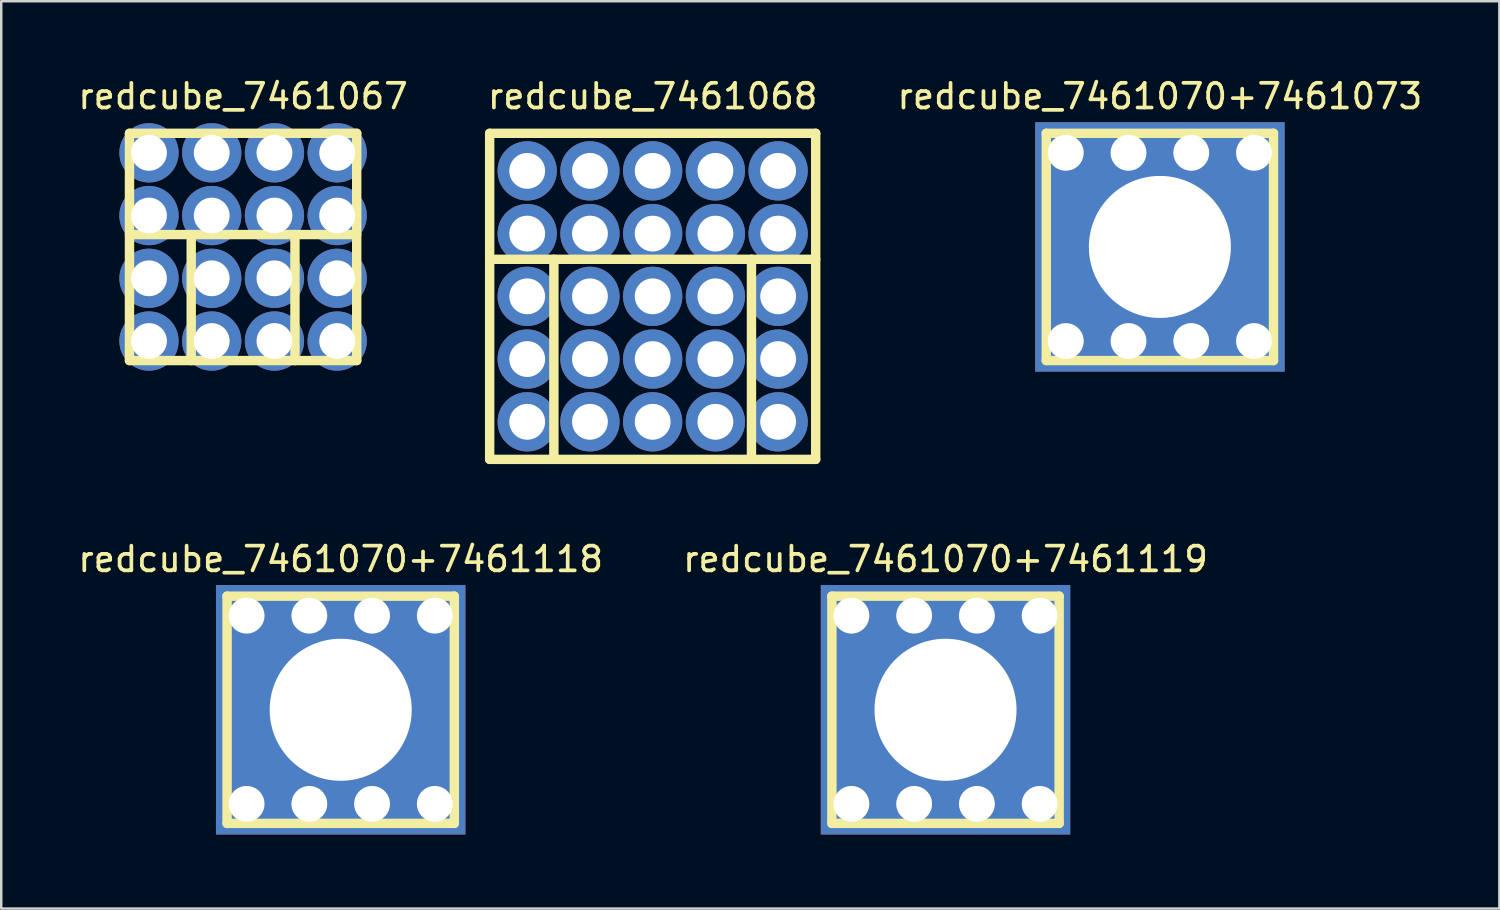
<source format=kicad_pcb>
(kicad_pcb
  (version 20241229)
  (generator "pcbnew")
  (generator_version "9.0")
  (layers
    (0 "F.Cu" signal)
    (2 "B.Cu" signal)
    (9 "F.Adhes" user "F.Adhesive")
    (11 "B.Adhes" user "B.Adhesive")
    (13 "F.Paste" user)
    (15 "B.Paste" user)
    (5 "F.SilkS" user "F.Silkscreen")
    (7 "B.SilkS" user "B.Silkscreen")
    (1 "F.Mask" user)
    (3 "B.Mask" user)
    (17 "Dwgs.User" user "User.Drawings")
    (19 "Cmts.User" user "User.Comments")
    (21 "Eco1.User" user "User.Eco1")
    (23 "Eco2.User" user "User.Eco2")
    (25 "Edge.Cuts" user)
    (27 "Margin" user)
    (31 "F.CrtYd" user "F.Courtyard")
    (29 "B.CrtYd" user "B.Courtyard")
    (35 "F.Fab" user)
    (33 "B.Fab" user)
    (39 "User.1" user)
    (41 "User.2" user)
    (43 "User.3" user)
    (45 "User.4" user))
  (footprint "redcube_7461070+7461118"
    (layer "F.Cu")
    (at 10.744 25.687)
    (property "Reference" "redcube_7461070+7461118" (at 0 -6.1 0) (layer "F.SilkS") (effects (font (size 1 1) (thickness 0.15))))
    (attr through_hole)
    (fp_line (start -4.6 -4.6) (end 4.6 -4.6) (stroke (width 0.381) (type solid)) (layer "F.SilkS"))
    (fp_line (start -4.6 4.6) (end -4.6 -4.6) (stroke (width 0.381) (type solid)) (layer "F.SilkS"))
    (fp_line (start 4.6 -4.6) (end 4.6 4.6) (stroke (width 0.381) (type solid)) (layer "F.SilkS"))
    (fp_line (start 4.6 4.6) (end -4.6 4.6) (stroke (width 0.381) (type solid)) (layer "F.SilkS"))
    (fp_circle (center 0 0) (end 1.6 0) (stroke (width 0.381) (type solid)) (fill no) (layer "F.SilkS"))
    (pad "1" thru_hole circle (at -3.81 -3.81) (size 2.4 2.4) (drill 1.45) (layers "*.Cu" "*.Mask"))
    (pad "1" thru_hole circle (at -3.81 3.81) (size 2.4 2.4) (drill 1.45) (layers "*.Cu" "*.Mask"))
    (pad "1" thru_hole circle (at -1.27 -3.81) (size 2.4 2.4) (drill 1.45) (layers "*.Cu" "*.Mask"))
    (pad "1" thru_hole circle (at -1.27 3.81) (size 2.4 2.4) (drill 1.45) (layers "*.Cu" "*.Mask"))
    (pad "1" thru_hole rect (at 0 0) (size 10.1 10.1) (drill 5.75) (layers "*.Cu" "*.Mask"))
    (pad "1" thru_hole circle (at 1.27 -3.81) (size 2.4 2.4) (drill 1.45) (layers "*.Cu" "*.Mask"))
    (pad "1" thru_hole circle (at 1.27 3.81) (size 2.4 2.4) (drill 1.45) (layers "*.Cu" "*.Mask"))
    (pad "1" thru_hole circle (at 3.81 -3.81) (size 2.4 2.4) (drill 1.45) (layers "*.Cu" "*.Mask"))
    (pad "1" thru_hole circle (at 3.81 3.81) (size 2.4 2.4) (drill 1.45) (layers "*.Cu" "*.Mask")))
  (footprint "redcube_7461068"
    (layer "F.Cu")
    (at 23.375 8.948)
    (property "Reference" "redcube_7461068" (at 0 -8.1 0) (layer "F.SilkS") (effects (font (size 1 1) (thickness 0.15))))
    (attr through_hole)
    (fp_line (start -6.6 -6.6) (end 6.6 -6.6) (stroke (width 0.381) (type solid)) (layer "F.SilkS"))
    (fp_line (start -6.6 6.6) (end -6.6 -6.6) (stroke (width 0.381) (type solid)) (layer "F.SilkS"))
    (fp_line (start -4 -1.5) (end -4 6.6) (stroke (width 0.381) (type solid)) (layer "F.SilkS"))
    (fp_line (start 4 -1.5) (end 4 6.6) (stroke (width 0.381) (type solid)) (layer "F.SilkS"))
    (fp_line (start 6.6 -6.6) (end 6.6 6.6) (stroke (width 0.381) (type solid)) (layer "F.SilkS"))
    (fp_line (start 6.6 -1.5) (end -6.6 -1.5) (stroke (width 0.381) (type solid)) (layer "F.SilkS"))
    (fp_line (start 6.6 6.6) (end -6.6 6.6) (stroke (width 0.381) (type solid)) (layer "F.SilkS"))
    (pad "1" thru_hole circle (at -5.08 -5.08) (size 2.4 2.4) (drill 1.45) (layers "*.Cu" "*.Mask"))
    (pad "1" thru_hole circle (at -5.08 -2.54) (size 2.4 2.4) (drill 1.45) (layers "*.Cu" "*.Mask"))
    (pad "1" thru_hole circle (at -5.08 0) (size 2.4 2.4) (drill 1.45) (layers "*.Cu" "*.Mask"))
    (pad "1" thru_hole circle (at -5.08 2.54) (size 2.4 2.4) (drill 1.45) (layers "*.Cu" "*.Mask"))
    (pad "1" thru_hole circle (at -5.08 5.08) (size 2.4 2.4) (drill 1.45) (layers "*.Cu" "*.Mask"))
    (pad "1" thru_hole circle (at -2.54 -5.08) (size 2.4 2.4) (drill 1.45) (layers "*.Cu" "*.Mask"))
    (pad "1" thru_hole circle (at -2.54 -2.54) (size 2.4 2.4) (drill 1.45) (layers "*.Cu" "*.Mask"))
    (pad "1" thru_hole circle (at -2.54 0) (size 2.4 2.4) (drill 1.45) (layers "*.Cu" "*.Mask"))
    (pad "1" thru_hole circle (at -2.54 2.54) (size 2.4 2.4) (drill 1.45) (layers "*.Cu" "*.Mask"))
    (pad "1" thru_hole circle (at -2.54 5.08) (size 2.4 2.4) (drill 1.45) (layers "*.Cu" "*.Mask"))
    (pad "1" thru_hole circle (at 0 -5.08) (size 2.4 2.4) (drill 1.45) (layers "*.Cu" "*.Mask"))
    (pad "1" thru_hole circle (at 0 -2.54) (size 2.4 2.4) (drill 1.45) (layers "*.Cu" "*.Mask"))
    (pad "1" thru_hole circle (at 0 0) (size 2.4 2.4) (drill 1.45) (layers "*.Cu" "*.Mask"))
    (pad "1" thru_hole circle (at 0 2.54) (size 2.4 2.4) (drill 1.45) (layers "*.Cu" "*.Mask"))
    (pad "1" thru_hole circle (at 0 5.08) (size 2.4 2.4) (drill 1.45) (layers "*.Cu" "*.Mask"))
    (pad "1" thru_hole circle (at 2.54 -5.08) (size 2.4 2.4) (drill 1.45) (layers "*.Cu" "*.Mask"))
    (pad "1" thru_hole circle (at 2.54 -2.54) (size 2.4 2.4) (drill 1.45) (layers "*.Cu" "*.Mask"))
    (pad "1" thru_hole circle (at 2.54 0) (size 2.4 2.4) (drill 1.45) (layers "*.Cu" "*.Mask"))
    (pad "1" thru_hole circle (at 2.54 2.54) (size 2.4 2.4) (drill 1.45) (layers "*.Cu" "*.Mask"))
    (pad "1" thru_hole circle (at 2.54 5.08) (size 2.4 2.4) (drill 1.45) (layers "*.Cu" "*.Mask"))
    (pad "1" thru_hole circle (at 5.08 -5.08) (size 2.4 2.4) (drill 1.45) (layers "*.Cu" "*.Mask"))
    (pad "1" thru_hole circle (at 5.08 -2.54) (size 2.4 2.4) (drill 1.45) (layers "*.Cu" "*.Mask"))
    (pad "1" thru_hole circle (at 5.08 0) (size 2.4 2.4) (drill 1.45) (layers "*.Cu" "*.Mask"))
    (pad "1" thru_hole circle (at 5.08 2.54) (size 2.4 2.4) (drill 1.45) (layers "*.Cu" "*.Mask"))
    (pad "1" thru_hole circle (at 5.08 5.08) (size 2.4 2.4) (drill 1.45) (layers "*.Cu" "*.Mask")))
  (footprint "redcube_7461070+7461073"
    (layer "F.Cu")
    (at 43.911 6.948)
    (property "Reference" "redcube_7461070+7461073" (at 0 -6.1 0) (layer "F.SilkS") (effects (font (size 1 1) (thickness 0.15))))
    (attr through_hole)
    (fp_line (start -4.6 -4.6) (end 4.6 -4.6) (stroke (width 0.381) (type solid)) (layer "F.SilkS"))
    (fp_line (start -4.6 4.6) (end -4.6 -4.6) (stroke (width 0.381) (type solid)) (layer "F.SilkS"))
    (fp_line (start 4.6 -4.6) (end 4.6 4.6) (stroke (width 0.381) (type solid)) (layer "F.SilkS"))
    (fp_line (start 4.6 4.6) (end -4.6 4.6) (stroke (width 0.381) (type solid)) (layer "F.SilkS"))
    (fp_circle (center 0 0) (end 1.5 0) (stroke (width 0.381) (type solid)) (fill no) (layer "F.SilkS"))
    (pad "1" thru_hole circle (at -3.81 -3.81) (size 2.4 2.4) (drill 1.45) (layers "*.Cu" "*.Mask"))
    (pad "1" thru_hole circle (at -3.81 3.81) (size 2.4 2.4) (drill 1.45) (layers "*.Cu" "*.Mask"))
    (pad "1" thru_hole circle (at -1.27 -3.81) (size 2.4 2.4) (drill 1.45) (layers "*.Cu" "*.Mask"))
    (pad "1" thru_hole circle (at -1.27 3.81) (size 2.4 2.4) (drill 1.45) (layers "*.Cu" "*.Mask"))
    (pad "1" thru_hole rect (at 0 0) (size 10.1 10.1) (drill 5.75) (layers "*.Cu" "*.Mask"))
    (pad "1" thru_hole circle (at 1.27 -3.81) (size 2.4 2.4) (drill 1.45) (layers "*.Cu" "*.Mask"))
    (pad "1" thru_hole circle (at 1.27 3.81) (size 2.4 2.4) (drill 1.45) (layers "*.Cu" "*.Mask"))
    (pad "1" thru_hole circle (at 3.81 -3.81) (size 2.4 2.4) (drill 1.45) (layers "*.Cu" "*.Mask"))
    (pad "1" thru_hole circle (at 3.81 3.81) (size 2.4 2.4) (drill 1.45) (layers "*.Cu" "*.Mask")))
  (footprint "redcube_7461067"
    (layer "F.Cu")
    (at 6.792 6.948)
    (property "Reference" "redcube_7461067" (at 0 -6.1 0) (layer "F.SilkS") (effects (font (size 1 1) (thickness 0.15))))
    (attr through_hole)
    (fp_line (start -4.6 -4.6) (end 4.6 -4.6) (stroke (width 0.381) (type solid)) (layer "F.SilkS"))
    (fp_line (start -4.6 4.6) (end -4.6 -4.6) (stroke (width 0.381) (type solid)) (layer "F.SilkS"))
    (fp_line (start -2.1 -0.5) (end -2.1 4.6) (stroke (width 0.381) (type solid)) (layer "F.SilkS"))
    (fp_line (start 2.1 -0.5) (end 2.1 4.6) (stroke (width 0.381) (type solid)) (layer "F.SilkS"))
    (fp_line (start 4.6 -4.6) (end 4.6 4.6) (stroke (width 0.381) (type solid)) (layer "F.SilkS"))
    (fp_line (start 4.6 -0.5) (end -4.6 -0.5) (stroke (width 0.381) (type solid)) (layer "F.SilkS"))
    (fp_line (start 4.6 4.6) (end -4.6 4.6) (stroke (width 0.381) (type solid)) (layer "F.SilkS"))
    (pad "1" thru_hole circle (at -3.81 -3.81) (size 2.4 2.4) (drill 1.45) (layers "*.Cu" "*.Mask"))
    (pad "1" thru_hole circle (at -3.81 -1.27) (size 2.4 2.4) (drill 1.45) (layers "*.Cu" "*.Mask"))
    (pad "1" thru_hole circle (at -3.81 1.27) (size 2.4 2.4) (drill 1.45) (layers "*.Cu" "*.Mask"))
    (pad "1" thru_hole circle (at -3.81 3.81) (size 2.4 2.4) (drill 1.45) (layers "*.Cu" "*.Mask"))
    (pad "1" thru_hole circle (at -1.27 -3.81) (size 2.4 2.4) (drill 1.45) (layers "*.Cu" "*.Mask"))
    (pad "1" thru_hole circle (at -1.27 -1.27) (size 2.4 2.4) (drill 1.45) (layers "*.Cu" "*.Mask"))
    (pad "1" thru_hole circle (at -1.27 1.27) (size 2.4 2.4) (drill 1.45) (layers "*.Cu" "*.Mask"))
    (pad "1" thru_hole circle (at -1.27 3.81) (size 2.4 2.4) (drill 1.45) (layers "*.Cu" "*.Mask"))
    (pad "1" thru_hole circle (at 1.27 -3.81) (size 2.4 2.4) (drill 1.45) (layers "*.Cu" "*.Mask"))
    (pad "1" thru_hole circle (at 1.27 -1.27) (size 2.4 2.4) (drill 1.45) (layers "*.Cu" "*.Mask"))
    (pad "1" thru_hole circle (at 1.27 1.27) (size 2.4 2.4) (drill 1.45) (layers "*.Cu" "*.Mask"))
    (pad "1" thru_hole circle (at 1.27 3.81) (size 2.4 2.4) (drill 1.45) (layers "*.Cu" "*.Mask"))
    (pad "1" thru_hole circle (at 3.81 -3.81) (size 2.4 2.4) (drill 1.45) (layers "*.Cu" "*.Mask"))
    (pad "1" thru_hole circle (at 3.81 -1.27) (size 2.4 2.4) (drill 1.45) (layers "*.Cu" "*.Mask"))
    (pad "1" thru_hole circle (at 3.81 1.27) (size 2.4 2.4) (drill 1.45) (layers "*.Cu" "*.Mask"))
    (pad "1" thru_hole circle (at 3.81 3.81) (size 2.4 2.4) (drill 1.45) (layers "*.Cu" "*.Mask")))
  (footprint "redcube_7461070+7461119"
    (layer "F.Cu")
    (at 35.232 25.687)
    (property "Reference" "redcube_7461070+7461119" (at 0 -6.1 0) (layer "F.SilkS") (effects (font (size 1 1) (thickness 0.15))))
    (attr through_hole)
    (fp_line (start -4.6 -4.6) (end 4.6 -4.6) (stroke (width 0.381) (type solid)) (layer "F.SilkS"))
    (fp_line (start -4.6 4.6) (end -4.6 -4.6) (stroke (width 0.381) (type solid)) (layer "F.SilkS"))
    (fp_line (start 4.6 -4.6) (end 4.6 4.6) (stroke (width 0.381) (type solid)) (layer "F.SilkS"))
    (fp_line (start 4.6 4.6) (end -4.6 4.6) (stroke (width 0.381) (type solid)) (layer "F.SilkS"))
    (fp_circle (center 0 0) (end 1.6 0) (stroke (width 0.381) (type solid)) (fill no) (layer "F.SilkS"))
    (pad "1" thru_hole circle (at -3.81 -3.81) (size 2.4 2.4) (drill 1.45) (layers "*.Cu" "*.Mask"))
    (pad "1" thru_hole circle (at -3.81 3.81) (size 2.4 2.4) (drill 1.45) (layers "*.Cu" "*.Mask"))
    (pad "1" thru_hole circle (at -1.27 -3.81) (size 2.4 2.4) (drill 1.45) (layers "*.Cu" "*.Mask"))
    (pad "1" thru_hole circle (at -1.27 3.81) (size 2.4 2.4) (drill 1.45) (layers "*.Cu" "*.Mask"))
    (pad "1" thru_hole rect (at 0 0) (size 10.1 10.1) (drill 5.75) (layers "*.Cu" "*.Mask"))
    (pad "1" thru_hole circle (at 1.27 -3.81) (size 2.4 2.4) (drill 1.45) (layers "*.Cu" "*.Mask"))
    (pad "1" thru_hole circle (at 1.27 3.81) (size 2.4 2.4) (drill 1.45) (layers "*.Cu" "*.Mask"))
    (pad "1" thru_hole circle (at 3.81 -3.81) (size 2.4 2.4) (drill 1.45) (layers "*.Cu" "*.Mask"))
    (pad "1" thru_hole circle (at 3.81 3.81) (size 2.4 2.4) (drill 1.45) (layers "*.Cu" "*.Mask")))
  (gr_rect
    (start -3 -3)
    (end 57.655 33.737)
    (stroke (width 0.1) (type default))
    (fill no)
    (layer "Edge.Cuts")))
</source>
